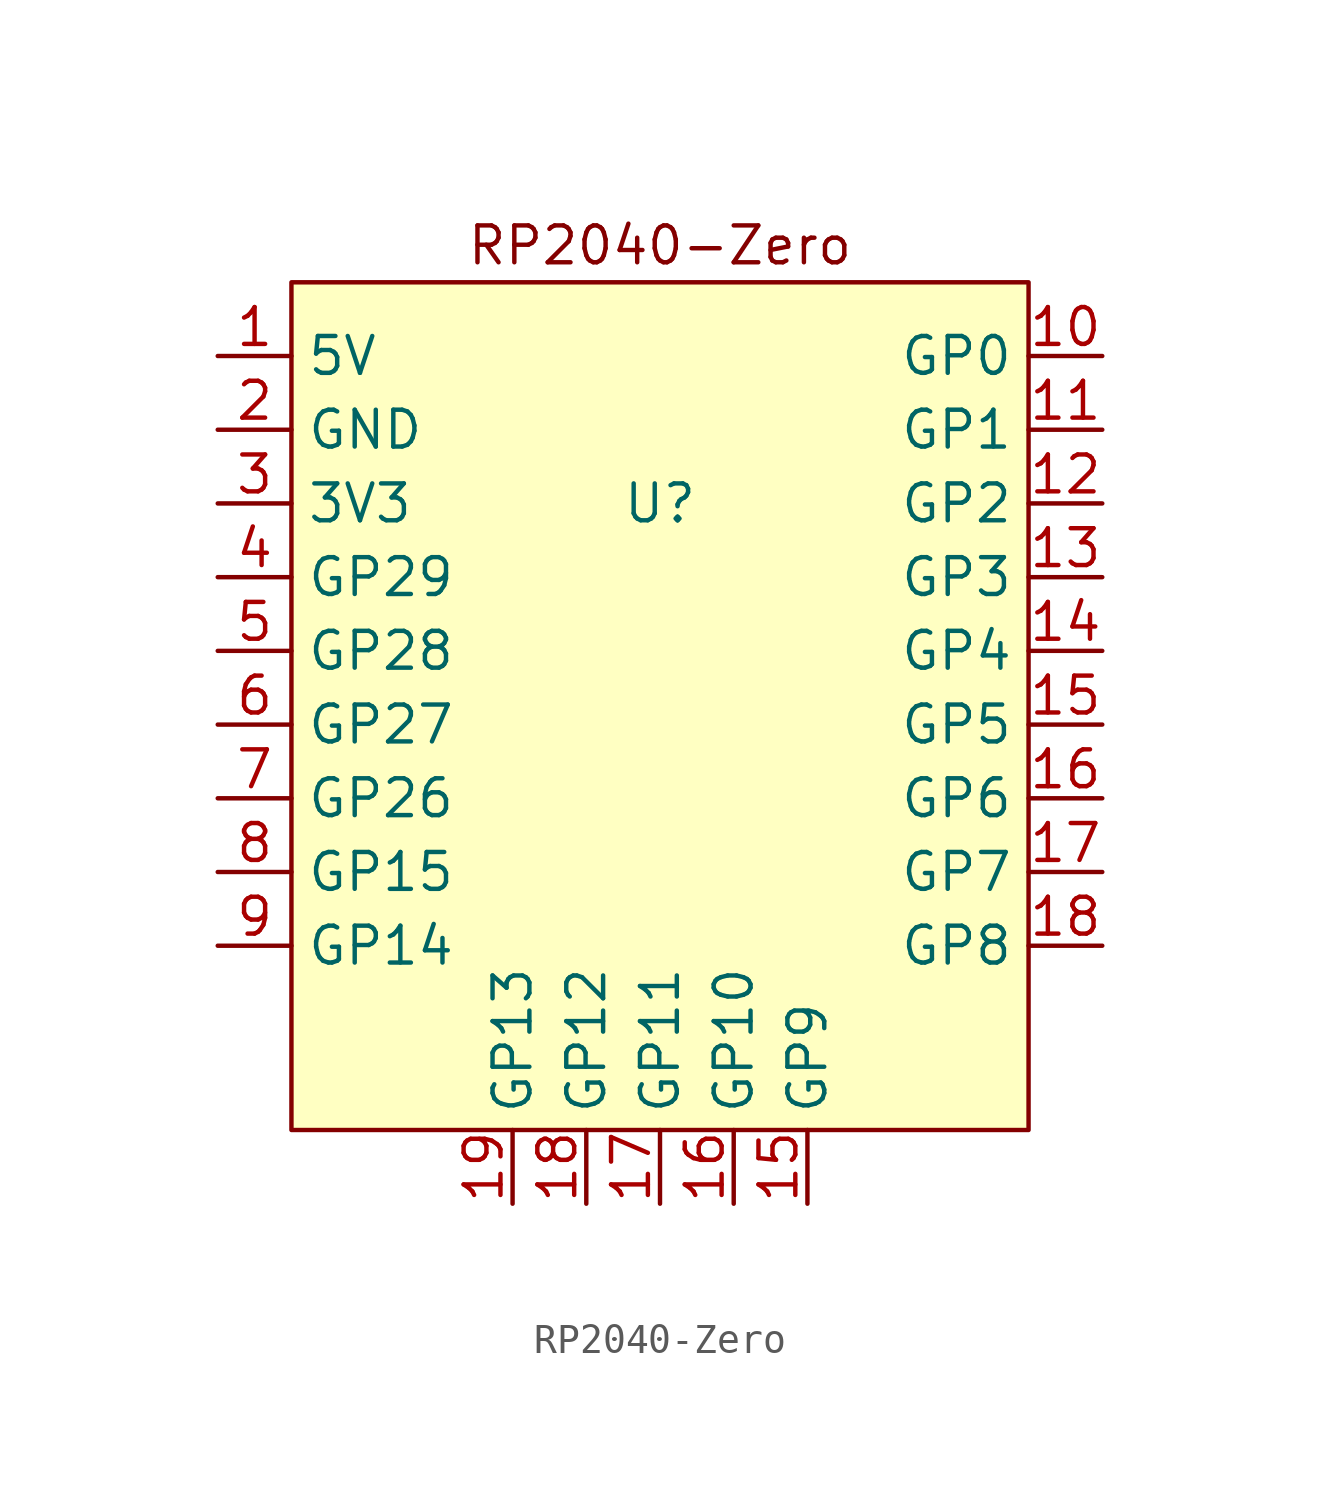
<source format=kicad_sym>
(kicad_symbol_lib
  (version 20220914)
  (generator kicad_symbol_editor)
  (symbol "RP2040-Zero"
    (property "Reference" "U"
      (at 0 0 0)
      (effects (font (size 1.27 1.27))))
    (property "Value" ""
      (at -5.08 0 0)
      (effects (font (size 1.27 1.27))))
    (symbol "RP2040-Zero_0_1"
      (rectangle (start -12.7 7.62) (end 12.7 -21.59) (stroke (width 0) (type default)) (fill (type background)))
      (text "RP2040-Zero" (at 0 8.89 0) (effects (font (size 1.27 1.27)))))
    (symbol "RP2040-Zero_1_1"
      (pin power_in line (at -15.24 5.08 0) (length 2.54) (name "5V" (effects (font (size 1.27 1.27)))) (number "1" (effects (font (size 1.27 1.27)))))
      (pin bidirectional line (at 15.24 5.08 180) (length 2.54) (name "GP0" (effects (font (size 1.27 1.27)))) (number "10" (effects (font (size 1.27 1.27)))))
      (pin bidirectional line (at 15.24 2.54 180) (length 2.54) (name "GP1" (effects (font (size 1.27 1.27)))) (number "11" (effects (font (size 1.27 1.27)))))
      (pin bidirectional line (at 15.24 0 180) (length 2.54) (name "GP2" (effects (font (size 1.27 1.27)))) (number "12" (effects (font (size 1.27 1.27)))))
      (pin bidirectional line (at 15.24 -2.54 180) (length 2.54) (name "GP3" (effects (font (size 1.27 1.27)))) (number "13" (effects (font (size 1.27 1.27)))))
      (pin bidirectional line (at 15.24 -5.08 180) (length 2.54) (name "GP4" (effects (font (size 1.27 1.27)))) (number "14" (effects (font (size 1.27 1.27)))))
      (pin bidirectional line (at 15.24 -7.62 180) (length 2.54) (name "GP5" (effects (font (size 1.27 1.27)))) (number "15" (effects (font (size 1.27 1.27)))))
      (pin bidirectional line (at 5.08 -24.13 90) (length 2.54) (name "GP9" (effects (font (size 1.27 1.27)))) (number "15" (effects (font (size 1.27 1.27)))))
      (pin bidirectional line (at 2.54 -24.13 90) (length 2.54) (name "GP10" (effects (font (size 1.27 1.27)))) (number "16" (effects (font (size 1.27 1.27)))))
      (pin bidirectional line (at 15.24 -10.16 180) (length 2.54) (name "GP6" (effects (font (size 1.27 1.27)))) (number "16" (effects (font (size 1.27 1.27)))))
      (pin bidirectional line (at 0 -24.13 90) (length 2.54) (name "GP11" (effects (font (size 1.27 1.27)))) (number "17" (effects (font (size 1.27 1.27)))))
      (pin bidirectional line (at 15.24 -12.7 180) (length 2.54) (name "GP7" (effects (font (size 1.27 1.27)))) (number "17" (effects (font (size 1.27 1.27)))))
      (pin bidirectional line (at -2.54 -24.13 90) (length 2.54) (name "GP12" (effects (font (size 1.27 1.27)))) (number "18" (effects (font (size 1.27 1.27)))))
      (pin bidirectional line (at 15.24 -15.24 180) (length 2.54) (name "GP8" (effects (font (size 1.27 1.27)))) (number "18" (effects (font (size 1.27 1.27)))))
      (pin bidirectional line (at -5.08 -24.13 90) (length 2.54) (name "GP13" (effects (font (size 1.27 1.27)))) (number "19" (effects (font (size 1.27 1.27)))))
      (pin power_in line (at -15.24 2.54 0) (length 2.54) (name "GND" (effects (font (size 1.27 1.27)))) (number "2" (effects (font (size 1.27 1.27)))))
      (pin power_in line (at -15.24 0 0) (length 2.54) (name "3V3" (effects (font (size 1.27 1.27)))) (number "3" (effects (font (size 1.27 1.27)))))
      (pin bidirectional line (at -15.24 -2.54 0) (length 2.54) (name "GP29" (effects (font (size 1.27 1.27)))) (number "4" (effects (font (size 1.27 1.27)))))
      (pin bidirectional line (at -15.24 -5.08 0) (length 2.54) (name "GP28" (effects (font (size 1.27 1.27)))) (number "5" (effects (font (size 1.27 1.27)))))
      (pin bidirectional line (at -15.24 -7.62 0) (length 2.54) (name "GP27" (effects (font (size 1.27 1.27)))) (number "6" (effects (font (size 1.27 1.27)))))
      (pin bidirectional line (at -15.24 -10.16 0) (length 2.54) (name "GP26" (effects (font (size 1.27 1.27)))) (number "7" (effects (font (size 1.27 1.27)))))
      (pin bidirectional line (at -15.24 -12.7 0) (length 2.54) (name "GP15" (effects (font (size 1.27 1.27)))) (number "8" (effects (font (size 1.27 1.27)))))
      (pin bidirectional line (at -15.24 -15.24 0) (length 2.54) (name "GP14" (effects (font (size 1.27 1.27)))) (number "9" (effects (font (size 1.27 1.27))))))))
</source>
